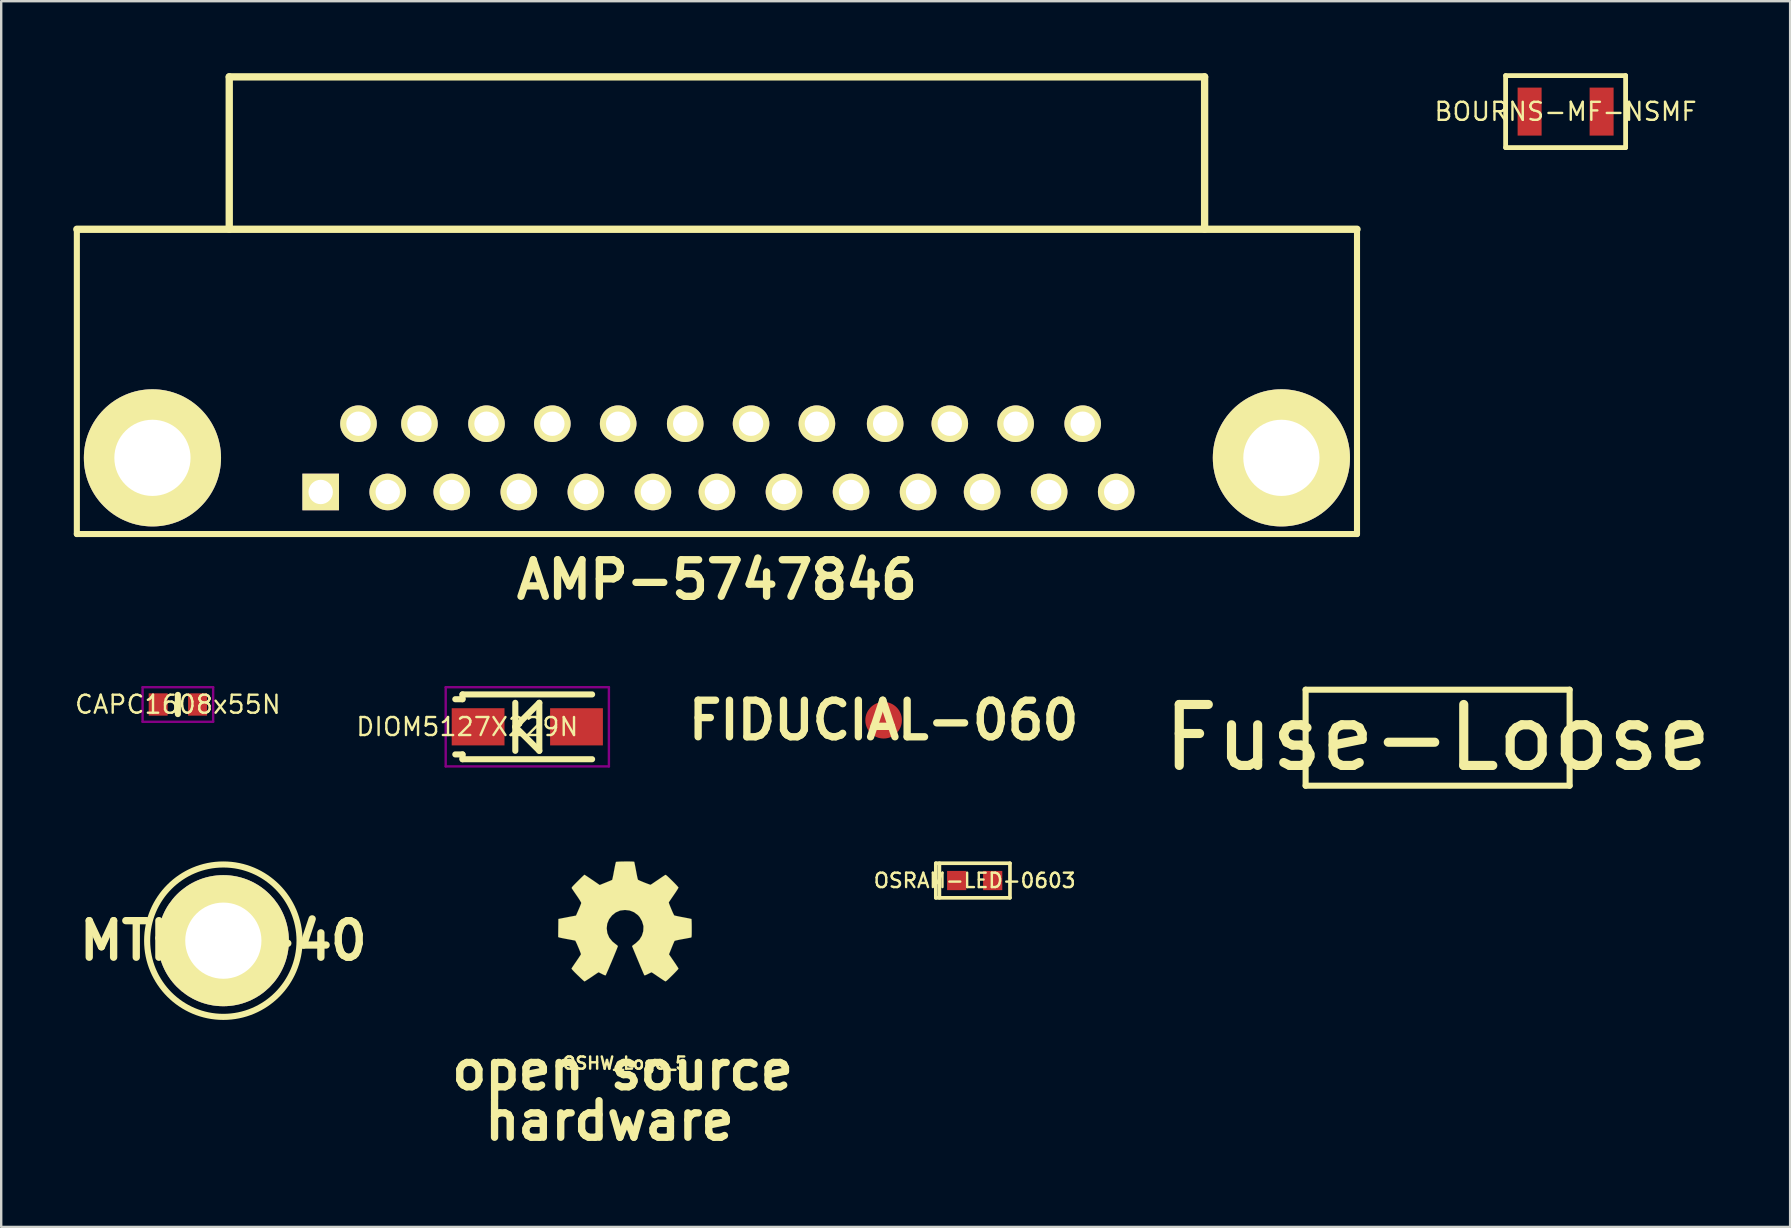
<source format=kicad_pcb>
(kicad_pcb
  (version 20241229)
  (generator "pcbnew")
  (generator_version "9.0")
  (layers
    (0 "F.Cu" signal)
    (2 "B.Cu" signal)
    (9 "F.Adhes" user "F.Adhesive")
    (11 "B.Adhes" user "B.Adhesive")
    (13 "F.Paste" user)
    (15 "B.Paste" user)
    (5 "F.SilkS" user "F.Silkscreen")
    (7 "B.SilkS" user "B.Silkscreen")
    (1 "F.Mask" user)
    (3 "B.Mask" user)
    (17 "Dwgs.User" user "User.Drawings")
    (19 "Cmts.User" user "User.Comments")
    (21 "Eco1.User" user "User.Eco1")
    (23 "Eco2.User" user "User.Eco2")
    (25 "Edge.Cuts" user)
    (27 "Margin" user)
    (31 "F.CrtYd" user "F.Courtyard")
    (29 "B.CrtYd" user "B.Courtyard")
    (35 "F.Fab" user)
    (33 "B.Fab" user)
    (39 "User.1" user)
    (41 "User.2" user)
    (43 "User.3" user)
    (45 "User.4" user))
  (footprint "Fuse-Loose"
    (layer "F.Cu")
    (at 56.851 27.688)
    (property "Reference" "Fuse-Loose" (at 0 0 0) (layer "F.SilkS") (effects (font (size 2.54 2.54) (thickness 0.381))))
    (attr through_hole)
    (fp_line (start -5.5 -2) (end 5.5 -2) (stroke (width 0.254) (type solid)) (layer "F.SilkS"))
    (fp_line (start -5.5 2) (end -5.5 -2) (stroke (width 0.254) (type solid)) (layer "F.SilkS"))
    (fp_line (start 5.5 -2) (end 5.5 2) (stroke (width 0.254) (type solid)) (layer "F.SilkS"))
    (fp_line (start 5.5 2) (end -5.5 2) (stroke (width 0.254) (type solid)) (layer "F.SilkS")))
  (footprint "OSHW_Logo_5"
    (layer "F.Cu")
    (at 22.991 35.345)
    (property "Reference" "OSHW_Logo_5" (at 0 5.903 0) (layer "F.SilkS") (effects (font (size 0.508 0.508) (thickness 0.102))))
    (attr through_hole)
    (fp_poly (pts (xy -1.687 2.499) (xy -1.657 2.484) (xy -1.593 2.443) (xy -1.5 2.383) (xy -1.389 2.309) (xy -1.279 2.234) (xy -1.189 2.173) (xy -1.125 2.132) (xy -1.099 2.118) (xy -1.085 2.123) (xy -1.033 2.149) (xy -0.956 2.188) (xy -0.912 2.211) (xy -0.842 2.24) (xy -0.808 2.247) (xy -0.801 2.238) (xy -0.776 2.184) (xy -0.737 2.093) (xy -0.683 1.972) (xy -0.624 1.831) (xy -0.559 1.679) (xy -0.494 1.524) (xy -0.433 1.375) (xy -0.378 1.242) (xy -0.335 1.134) (xy -0.306 1.059) (xy -0.296 1.026) (xy -0.298 1.02) (xy -0.334 0.986) (xy -0.395 0.94) (xy -0.526 0.833) (xy -0.657 0.671) (xy -0.735 0.486) (xy -0.762 0.282) (xy -0.739 0.091) (xy -0.664 -0.091) (xy -0.537 -0.255) (xy -0.384 -0.377) (xy -0.203 -0.455) (xy 0 -0.479) (xy 0.194 -0.457) (xy 0.38 -0.384) (xy 0.545 -0.259) (xy 0.613 -0.179) (xy 0.709 -0.013) (xy 0.763 0.165) (xy 0.77 0.211) (xy 0.761 0.406) (xy 0.704 0.593) (xy 0.601 0.761) (xy 0.457 0.898) (xy 0.439 0.912) (xy 0.372 0.961) (xy 0.328 0.996) (xy 0.293 1.024) (xy 0.542 1.623) (xy 0.582 1.718) (xy 0.65 1.882) (xy 0.71 2.023) (xy 0.758 2.135) (xy 0.791 2.21) (xy 0.806 2.24) (xy 0.808 2.242) (xy 0.829 2.245) (xy 0.875 2.229) (xy 0.959 2.188) (xy 1.015 2.16) (xy 1.078 2.13) (xy 1.106 2.118) (xy 1.13 2.131) (xy 1.191 2.17) (xy 1.28 2.23) (xy 1.388 2.304) (xy 1.49 2.372) (xy 1.584 2.435) (xy 1.652 2.478) (xy 1.685 2.496) (xy 1.69 2.496) (xy 1.72 2.479) (xy 1.773 2.435) (xy 1.855 2.357) (xy 1.971 2.243) (xy 1.989 2.226) (xy 2.083 2.13) (xy 2.16 2.049) (xy 2.212 1.991) (xy 2.23 1.965) (xy 2.214 1.932) (xy 2.17 1.864) (xy 2.108 1.769) (xy 2.032 1.657) (xy 1.834 1.369) (xy 1.943 1.097) (xy 1.976 1.015) (xy 2.019 0.913) (xy 2.051 0.841) (xy 2.066 0.809) (xy 2.097 0.799) (xy 2.17 0.781) (xy 2.278 0.758) (xy 2.408 0.734) (xy 2.53 0.712) (xy 2.64 0.691) (xy 2.722 0.676) (xy 2.757 0.668) (xy 2.766 0.663) (xy 2.772 0.646) (xy 2.777 0.608) (xy 2.78 0.541) (xy 2.781 0.434) (xy 2.781 0.282) (xy 2.781 0.265) (xy 2.78 0.118) (xy 2.777 0.003) (xy 2.774 -0.075) (xy 2.769 -0.104) (xy 2.769 -0.105) (xy 2.734 -0.113) (xy 2.656 -0.13) (xy 2.545 -0.151) (xy 2.413 -0.177) (xy 2.404 -0.178) (xy 2.273 -0.203) (xy 2.163 -0.226) (xy 2.085 -0.244) (xy 2.052 -0.254) (xy 2.046 -0.264) (xy 2.019 -0.315) (xy 1.981 -0.396) (xy 1.938 -0.497) (xy 1.895 -0.599) (xy 1.858 -0.692) (xy 1.833 -0.762) (xy 1.825 -0.794) (xy 1.826 -0.794) (xy 1.845 -0.826) (xy 1.891 -0.894) (xy 1.955 -0.989) (xy 2.032 -1.101) (xy 2.037 -1.109) (xy 2.113 -1.22) (xy 2.174 -1.314) (xy 2.215 -1.382) (xy 2.23 -1.412) (xy 2.23 -1.414) (xy 2.205 -1.447) (xy 2.149 -1.51) (xy 2.068 -1.595) (xy 1.97 -1.693) (xy 1.939 -1.723) (xy 1.831 -1.829) (xy 1.755 -1.899) (xy 1.709 -1.935) (xy 1.687 -1.943) (xy 1.685 -1.943) (xy 1.652 -1.923) (xy 1.582 -1.877) (xy 1.487 -1.812) (xy 1.374 -1.735) (xy 1.367 -1.73) (xy 1.255 -1.655) (xy 1.162 -1.591) (xy 1.096 -1.548) (xy 1.068 -1.53) (xy 1.063 -1.53) (xy 1.017 -1.544) (xy 0.939 -1.572) (xy 0.841 -1.609) (xy 0.738 -1.651) (xy 0.645 -1.69) (xy 0.574 -1.722) (xy 0.541 -1.741) (xy 0.541 -1.742) (xy 0.528 -1.782) (xy 0.509 -1.866) (xy 0.486 -1.98) (xy 0.46 -2.116) (xy 0.456 -2.139) (xy 0.431 -2.271) (xy 0.409 -2.38) (xy 0.394 -2.456) (xy 0.386 -2.487) (xy 0.367 -2.492) (xy 0.302 -2.497) (xy 0.203 -2.499) (xy 0.084 -2.501) (xy -0.042 -2.499) (xy -0.165 -2.497) (xy -0.271 -2.493) (xy -0.345 -2.488) (xy -0.376 -2.482) (xy -0.377 -2.48) (xy -0.389 -2.438) (xy -0.408 -2.356) (xy -0.431 -2.24) (xy -0.457 -2.103) (xy -0.462 -2.079) (xy -0.486 -1.947) (xy -0.509 -1.839) (xy -0.525 -1.764) (xy -0.533 -1.735) (xy -0.545 -1.728) (xy -0.599 -1.704) (xy -0.688 -1.668) (xy -0.798 -1.623) (xy -1.053 -1.52) (xy -1.365 -1.735) (xy -1.394 -1.754) (xy -1.506 -1.83) (xy -1.599 -1.892) (xy -1.662 -1.933) (xy -1.689 -1.948) (xy -1.692 -1.947) (xy -1.722 -1.92) (xy -1.784 -1.862) (xy -1.869 -1.779) (xy -1.967 -1.681) (xy -2.04 -1.609) (xy -2.126 -1.521) (xy -2.181 -1.463) (xy -2.21 -1.425) (xy -2.221 -1.402) (xy -2.219 -1.387) (xy -2.198 -1.355) (xy -2.153 -1.287) (xy -2.088 -1.191) (xy -2.012 -1.081) (xy -1.949 -0.989) (xy -1.882 -0.884) (xy -1.838 -0.809) (xy -1.822 -0.772) (xy -1.826 -0.757) (xy -1.848 -0.696) (xy -1.885 -0.603) (xy -1.932 -0.494) (xy -2.041 -0.246) (xy -2.202 -0.215) (xy -2.301 -0.197) (xy -2.438 -0.17) (xy -2.569 -0.145) (xy -2.775 -0.105) (xy -2.783 0.649) (xy -2.751 0.663) (xy -2.72 0.671) (xy -2.644 0.688) (xy -2.535 0.71) (xy -2.408 0.734) (xy -2.299 0.754) (xy -2.188 0.775) (xy -2.109 0.79) (xy -2.074 0.798) (xy -2.065 0.809) (xy -2.038 0.862) (xy -1.999 0.947) (xy -1.956 1.049) (xy -1.911 1.154) (xy -1.873 1.252) (xy -1.845 1.326) (xy -1.835 1.365) (xy -1.85 1.393) (xy -1.892 1.458) (xy -1.953 1.551) (xy -2.027 1.66) (xy -2.102 1.769) (xy -2.165 1.862) (xy -2.209 1.929) (xy -2.228 1.96) (xy -2.219 1.981) (xy -2.174 2.033) (xy -2.092 2.12) (xy -1.97 2.24) (xy -1.949 2.259) (xy -1.852 2.353) (xy -1.769 2.43) (xy -1.712 2.48) (xy -1.687 2.499)) (stroke (width 0.003) (type solid)) (fill yes) (layer "F.SilkS"))
    (fp_text user "hardware" (at -0.645 8.301 0) (layer "F.SilkS") (effects (font (size 1.524 1.524) (thickness 0.305))))
    (fp_text user "open source" (at -0.099 6.2 0) (layer "F.SilkS") (effects (font (size 1.524 1.524) (thickness 0.305)))))
  (footprint "BOURNS-MF-NSMF"
    (layer "F.Cu")
    (at 62.184 1.6)
    (property "Reference" "BOURNS-MF-NSMF" (at 0 0 0) (layer "F.SilkS") (effects (font (size 0.75 0.75) (thickness 0.1))))
    (attr smd)
    (fp_line (start -2.5 -1.5) (end 2.5 -1.5) (stroke (width 0.2) (type solid)) (layer "F.SilkS"))
    (fp_line (start -2.5 1.5) (end -2.5 -1.5) (stroke (width 0.2) (type solid)) (layer "F.SilkS"))
    (fp_line (start 2.5 -1.5) (end 2.5 1.5) (stroke (width 0.2) (type solid)) (layer "F.SilkS"))
    (fp_line (start 2.5 1.5) (end -2.5 1.5) (stroke (width 0.2) (type solid)) (layer "F.SilkS"))
    (pad "1" smd rect (at -1.5 0) (size 1 2) (layers "F.Cu" "F.Mask" "F.Paste"))
    (pad "2" smd rect (at 1.5 0) (size 1 2) (layers "F.Cu" "F.Mask" "F.Paste")))
  (footprint "AMP-5747846"
    (layer "F.Cu")
    (at 26.822 16.027)
    (property "Reference" "AMP-5747846" (at 0 5.08 0) (layer "F.SilkS") (effects (font (size 1.524 1.524) (thickness 0.305))))
    (attr through_hole)
    (fp_line (start -26.67 -9.525) (end -26.67 3.175) (stroke (width 0.254) (type solid)) (layer "F.SilkS"))
    (fp_line (start -26.67 3.175) (end 26.67 3.175) (stroke (width 0.254) (type solid)) (layer "F.SilkS"))
    (fp_line (start -20.32 -15.875) (end -20.32 -9.525) (stroke (width 0.305) (type solid)) (layer "F.SilkS"))
    (fp_line (start -20.32 -15.875) (end 20.32 -15.875) (stroke (width 0.305) (type solid)) (layer "F.SilkS"))
    (fp_line (start 20.32 -15.875) (end 20.32 -9.525) (stroke (width 0.305) (type solid)) (layer "F.SilkS"))
    (fp_line (start 26.67 -9.525) (end -26.67 -9.525) (stroke (width 0.305) (type solid)) (layer "F.SilkS"))
    (fp_line (start 26.67 -9.525) (end 26.67 3.175) (stroke (width 0.254) (type solid)) (layer "F.SilkS"))
    (pad "" thru_hole circle (at -23.52 0) (size 5.715 5.715) (drill 3.175) (layers "*.Cu" "*.Mask" "F.SilkS"))
    (pad "" thru_hole circle (at 23.52 0) (size 5.715 5.715) (drill 3.175) (layers "*.Cu" "*.Mask" "F.SilkS"))
    (pad "1" thru_hole rect (at -16.51 1.422) (size 1.524 1.524) (drill 1.016) (layers "*.Cu" "*.Mask" "F.SilkS"))
    (pad "2" thru_hole circle (at -13.716 1.422) (size 1.524 1.524) (drill 1.016) (layers "*.Cu" "*.Mask" "F.SilkS"))
    (pad "3" thru_hole circle (at -11.049 1.422) (size 1.524 1.524) (drill 1.016) (layers "*.Cu" "*.Mask" "F.SilkS"))
    (pad "4" thru_hole circle (at -8.255 1.422) (size 1.524 1.524) (drill 1.016) (layers "*.Cu" "*.Mask" "F.SilkS"))
    (pad "5" thru_hole circle (at -5.461 1.422) (size 1.524 1.524) (drill 1.016) (layers "*.Cu" "*.Mask" "F.SilkS"))
    (pad "6" thru_hole circle (at -2.667 1.422) (size 1.524 1.524) (drill 1.016) (layers "*.Cu" "*.Mask" "F.SilkS"))
    (pad "7" thru_hole circle (at 0 1.422) (size 1.524 1.524) (drill 1.016) (layers "*.Cu" "*.Mask" "F.SilkS"))
    (pad "8" thru_hole circle (at 2.794 1.422) (size 1.524 1.524) (drill 1.016) (layers "*.Cu" "*.Mask" "F.SilkS"))
    (pad "9" thru_hole circle (at 5.588 1.422) (size 1.524 1.524) (drill 1.016) (layers "*.Cu" "*.Mask" "F.SilkS"))
    (pad "10" thru_hole circle (at 8.382 1.422) (size 1.524 1.524) (drill 1.016) (layers "*.Cu" "*.Mask" "F.SilkS"))
    (pad "11" thru_hole circle (at 11.049 1.422) (size 1.524 1.524) (drill 1.016) (layers "*.Cu" "*.Mask" "F.SilkS"))
    (pad "12" thru_hole circle (at 13.843 1.422) (size 1.524 1.524) (drill 1.016) (layers "*.Cu" "*.Mask" "F.SilkS"))
    (pad "13" thru_hole circle (at 16.637 1.422) (size 1.524 1.524) (drill 1.016) (layers "*.Cu" "*.Mask" "F.SilkS"))
    (pad "14" thru_hole circle (at -14.935 -1.422) (size 1.524 1.524) (drill 1.016) (layers "*.Cu" "*.Mask" "F.SilkS"))
    (pad "15" thru_hole circle (at -12.395 -1.422) (size 1.524 1.524) (drill 1.016) (layers "*.Cu" "*.Mask" "F.SilkS"))
    (pad "16" thru_hole circle (at -9.601 -1.422) (size 1.524 1.524) (drill 1.016) (layers "*.Cu" "*.Mask" "F.SilkS"))
    (pad "17" thru_hole circle (at -6.858 -1.422) (size 1.524 1.524) (drill 1.016) (layers "*.Cu" "*.Mask" "F.SilkS"))
    (pad "18" thru_hole circle (at -4.115 -1.422) (size 1.524 1.524) (drill 1.016) (layers "*.Cu" "*.Mask" "F.SilkS"))
    (pad "19" thru_hole circle (at -1.321 -1.422) (size 1.524 1.524) (drill 1.016) (layers "*.Cu" "*.Mask" "F.SilkS"))
    (pad "20" thru_hole circle (at 1.422 -1.422) (size 1.524 1.524) (drill 1.016) (layers "*.Cu" "*.Mask" "F.SilkS"))
    (pad "21" thru_hole circle (at 4.166 -1.422) (size 1.524 1.524) (drill 1.016) (layers "*.Cu" "*.Mask" "F.SilkS"))
    (pad "22" thru_hole circle (at 7.01 -1.422) (size 1.524 1.524) (drill 1.016) (layers "*.Cu" "*.Mask" "F.SilkS"))
    (pad "23" thru_hole circle (at 9.703 -1.422) (size 1.524 1.524) (drill 1.016) (layers "*.Cu" "*.Mask" "F.SilkS"))
    (pad "24" thru_hole circle (at 12.446 -1.422) (size 1.524 1.524) (drill 1.016) (layers "*.Cu" "*.Mask" "F.SilkS"))
    (pad "25" thru_hole circle (at 15.24 -1.422) (size 1.524 1.524) (drill 1.016) (layers "*.Cu" "*.Mask" "F.SilkS")))
  (footprint "FIDUCIAL-060"
    (layer "F.Cu")
    (at 33.768 26.96)
    (property "Reference" "FIDUCIAL-060" (at 0 0 0) (layer "F.SilkS") (effects (font (size 1.524 1.524) (thickness 0.305))))
    (attr smd)
    (fp_circle (center 0 0) (end 0 0.762) (stroke (width 0.762) (type solid)) (fill no) (layer "F.Mask"))
    (pad "1" smd circle (at 0 0) (size 1.524 1.524) (layers "F.Cu" "F.Mask")))
  (footprint "CAPC1608x55N"
    (layer "F.Cu")
    (at 4.361 26.304)
    (property "Reference" "CAPC1608x55N" (at 0 0 0) (layer "F.SilkS") (effects (font (size 0.75 0.75) (thickness 0.1))))
    (attr smd)
    (fp_line (start 0 -0.4) (end 0 0.4) (stroke (width 0.254) (type solid)) (layer "F.SilkS"))
    (fp_line (start -1.47 -0.72) (end 1.47 -0.72) (stroke (width 0.1) (type solid)) (layer "F.Adhes"))
    (fp_line (start -1.47 0.72) (end -1.47 -0.72) (stroke (width 0.1) (type solid)) (layer "F.Adhes"))
    (fp_line (start 1.47 -0.72) (end 1.47 0.72) (stroke (width 0.1) (type solid)) (layer "F.Adhes"))
    (fp_line (start 1.47 0.72) (end -1.47 0.72) (stroke (width 0.1) (type solid)) (layer "F.Adhes"))
    (pad "1" smd rect (at -0.82 0) (size 0.79 0.93) (layers "F.Cu" "F.Mask" "F.Paste"))
    (pad "2" smd rect (at 0.82 0) (size 0.79 0.93) (layers "F.Cu" "F.Mask" "F.Paste")))
  (footprint "OSRAM-LED-0603"
    (layer "F.Cu")
    (at 37.562 33.639)
    (property "Reference" "OSRAM-LED-0603" (at 0 0 0) (layer "F.SilkS") (effects (font (size 0.6 0.6) (thickness 0.1))))
    (attr smd)
    (fp_line (start -1.62 -0.72) (end -1.62 0.72) (stroke (width 0.152) (type solid)) (layer "F.SilkS"))
    (fp_line (start -1.62 -0.72) (end 1.47 -0.72) (stroke (width 0.152) (type solid)) (layer "F.SilkS"))
    (fp_line (start -1.47 0.72) (end -1.47 -0.72) (stroke (width 0.152) (type solid)) (layer "F.SilkS"))
    (fp_line (start 1.47 -0.72) (end 1.47 0.72) (stroke (width 0.152) (type solid)) (layer "F.SilkS"))
    (fp_line (start 1.47 0.72) (end -1.62 0.72) (stroke (width 0.152) (type solid)) (layer "F.SilkS"))
    (fp_line (start -1.47 -0.72) (end 1.47 -0.72) (stroke (width 0.1) (type solid)) (layer "F.Adhes"))
    (fp_line (start -1.47 0.72) (end -1.47 -0.72) (stroke (width 0.1) (type solid)) (layer "F.Adhes"))
    (fp_line (start 1.47 -0.72) (end 1.47 0.72) (stroke (width 0.1) (type solid)) (layer "F.Adhes"))
    (fp_line (start 1.47 0.72) (end -1.47 0.72) (stroke (width 0.1) (type solid)) (layer "F.Adhes"))
    (pad "A" smd rect (at 0.75 0) (size 0.8 0.8) (layers "F.Cu" "F.Mask" "F.Paste"))
    (pad "K" smd rect (at -0.75 0) (size 0.8 0.8) (layers "F.Cu" "F.Mask" "F.Paste")))
  (footprint "MTH_4-40"
    (layer "F.Cu")
    (at 6.256 36.145)
    (property "Reference" "MTH_4-40" (at 0 0 0) (layer "F.SilkS") (effects (font (size 1.524 1.524) (thickness 0.305))))
    (attr through_hole)
    (fp_circle (center 0 0) (end 3.175 0) (stroke (width 0.254) (type solid)) (fill no) (layer "F.SilkS"))
    (pad "1" thru_hole circle (at 0 0) (size 5.461 5.461) (drill 3.175) (layers "*.Cu" "*.Mask" "F.SilkS")))
  (footprint "DIOM5127X229N"
    (layer "F.Cu")
    (at 18.921 27.234)
    (property "Reference" "DIOM5127X229N" (at -2.5 0 0) (layer "F.SilkS") (effects (font (size 0.75 0.75) (thickness 0.1))))
    (attr smd)
    (fp_line (start -2.7 -1.35) (end -2.7 -1.15) (stroke (width 0.254) (type solid)) (layer "F.SilkS"))
    (fp_line (start -2.7 -1.15) (end -3 -1.15) (stroke (width 0.254) (type solid)) (layer "F.SilkS"))
    (fp_line (start -2.7 1.15) (end -3 1.15) (stroke (width 0.254) (type solid)) (layer "F.SilkS"))
    (fp_line (start -2.7 1.35) (end -2.7 1.15) (stroke (width 0.254) (type solid)) (layer "F.SilkS"))
    (fp_line (start -0.5 -1) (end -0.5 1) (stroke (width 0.254) (type solid)) (layer "F.SilkS"))
    (fp_line (start -0.5 0) (end 0.5 -1) (stroke (width 0.254) (type solid)) (layer "F.SilkS"))
    (fp_line (start 0.5 -1) (end 0.5 1) (stroke (width 0.254) (type solid)) (layer "F.SilkS"))
    (fp_line (start 0.5 1) (end -0.5 0) (stroke (width 0.254) (type solid)) (layer "F.SilkS"))
    (fp_line (start 2.7 -1.35) (end -2.7 -1.35) (stroke (width 0.254) (type solid)) (layer "F.SilkS"))
    (fp_line (start 2.7 1.35) (end -2.7 1.35) (stroke (width 0.254) (type solid)) (layer "F.SilkS"))
    (fp_line (start -3.4 -1.65) (end 3.4 -1.65) (stroke (width 0.1) (type solid)) (layer "F.Adhes"))
    (fp_line (start -3.4 1.65) (end -3.4 -1.65) (stroke (width 0.1) (type solid)) (layer "F.Adhes"))
    (fp_line (start 3.4 -1.65) (end 3.4 1.65) (stroke (width 0.1) (type solid)) (layer "F.Adhes"))
    (fp_line (start 3.4 1.65) (end -3.4 1.65) (stroke (width 0.1) (type solid)) (layer "F.Adhes"))
    (pad "A" smd rect (at 2.05 0) (size 2.2 1.55) (layers "F.Cu" "F.Mask" "F.Paste"))
    (pad "K" smd rect (at -2.05 0) (size 2.2 1.55) (layers "F.Cu" "F.Mask" "F.Paste")))
  (gr_rect
    (start -3 -3)
    (end 71.539 48.072)
    (stroke (width 0.1) (type default))
    (fill no)
    (layer "Edge.Cuts")))
</source>
